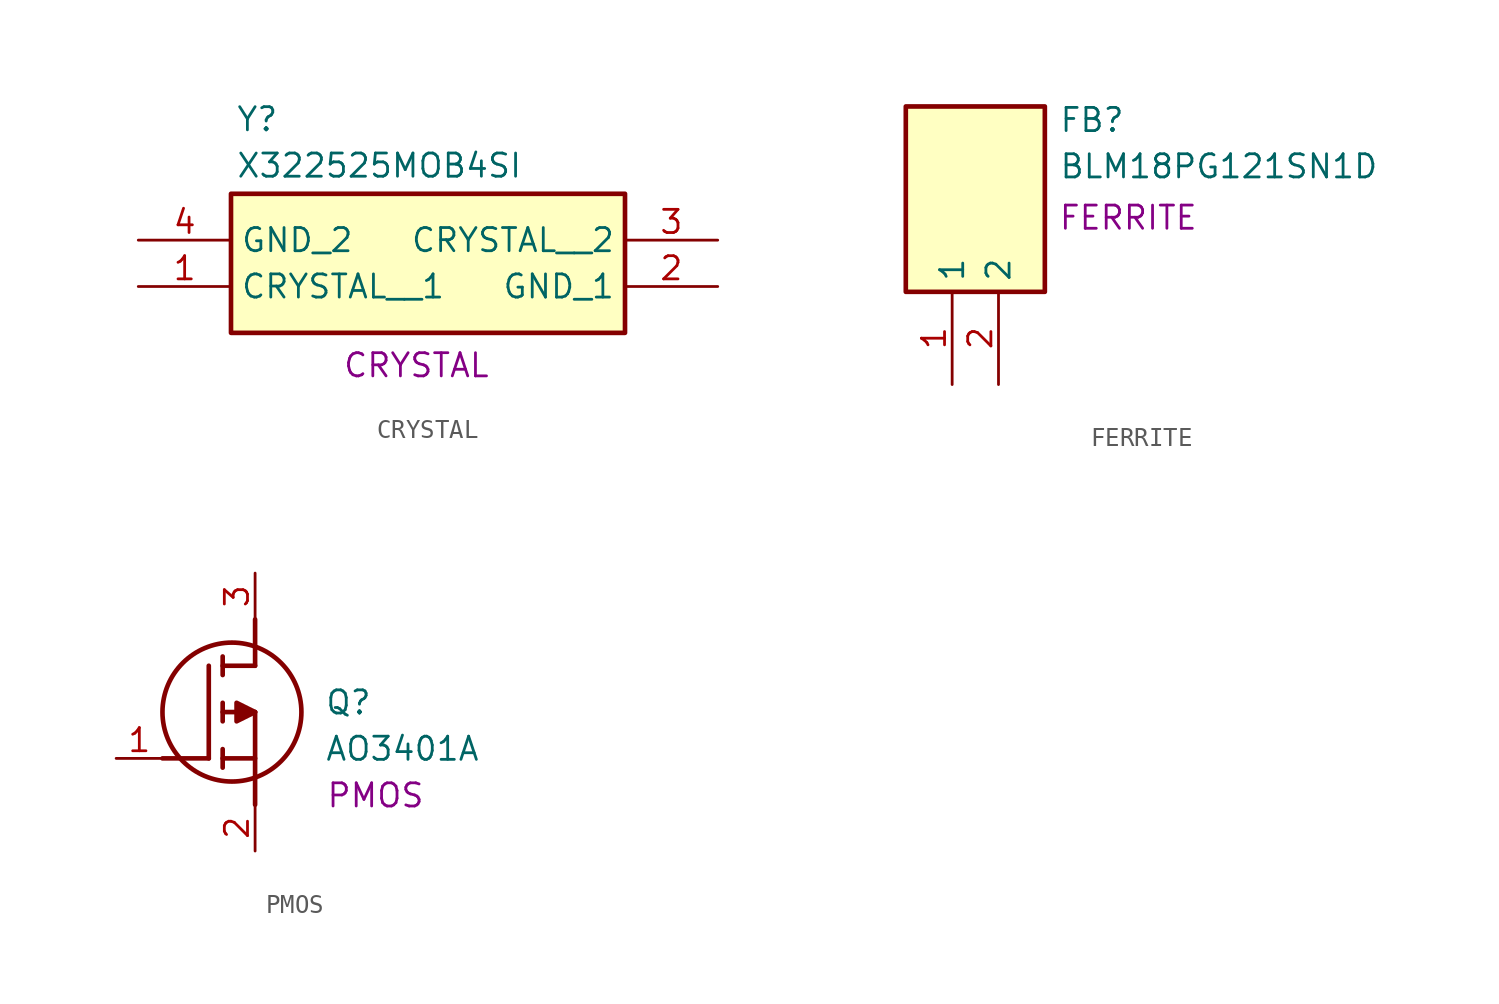
<source format=kicad_sym>
(kicad_symbol_lib
  (version 20241209)
  (generator "kicad_symbol_editor")
  (generator_version "9.0")
  (symbol "CRYSTAL"
    (property "Reference" "Y"
      (at -9.906 8.636 0)
      (effects (font (size 1.27 1.27)) (justify left top)))
    (property "Value" "X322525MOB4SI"
      (at -9.906 6.096 0)
      (effects (font (size 1.27 1.27)) (justify left top)))
    (property "Name" "CRYSTAL"
      (at 0 -5.588 0)
      (effects (font (size 1.27 1.27))))
    (symbol "CRYSTAL_1_1"
      (rectangle (start -10.16 3.81) (end 11.43 -3.81) (stroke (width 0.254) (type default)) (fill (type background)))
      (pin passive line (at -15.24 1.27 0) (length 5.08) (name "GND_2" (effects (font (size 1.27 1.27)))) (number "4" (effects (font (size 1.27 1.27)))))
      (pin passive line (at -15.24 -1.27 0) (length 5.08) (name "CRYSTAL__1" (effects (font (size 1.27 1.27)))) (number "1" (effects (font (size 1.27 1.27)))))
      (pin passive line (at 16.51 1.27 180) (length 5.08) (name "CRYSTAL__2" (effects (font (size 1.27 1.27)))) (number "3" (effects (font (size 1.27 1.27)))))
      (pin passive line (at 16.51 -1.27 180) (length 5.08) (name "GND_1" (effects (font (size 1.27 1.27)))) (number "2" (effects (font (size 1.27 1.27)))))))
  (symbol "FERRITE"
    (property "Reference" "FB"
      (at 4.572 10.16 0)
      (effects (font (size 1.27 1.27)) (justify left top)))
    (property "Value" "BLM18PG121SN1D"
      (at 4.572 7.62 0)
      (effects (font (size 1.27 1.27)) (justify left top)))
    (property "Name" "FERRITE"
      (at 8.382 4.064 0)
      (effects (font (size 1.27 1.27))))
    (symbol "FERRITE_1_1"
      (rectangle (start -3.81 10.16) (end 3.81 0) (stroke (width 0.254) (type default)) (fill (type background)))
      (pin passive line (at -1.27 -5.08 90) (length 5.08) (name "1" (effects (font (size 1.27 1.27)))) (number "1" (effects (font (size 1.27 1.27)))))
      (pin passive line (at 1.27 -5.08 90) (length 5.08) (name "2" (effects (font (size 1.27 1.27)))) (number "2" (effects (font (size 1.27 1.27)))))))
  (symbol "PMOS"
    (pin_names
      (hide yes))
    (property "Reference" "Q"
      (at 11.43 3.81 0)
      (effects (font (size 1.27 1.27)) (justify left top)))
    (property "Value" "AO3401A"
      (at 11.43 1.27 0)
      (effects (font (size 1.27 1.27)) (justify left top)))
    (property "Name" "PMOS"
      (at 14.224 -2.032 0)
      (effects (font (size 1.27 1.27))))
    (symbol "PMOS_1_1"
      (polyline (pts (xy 2.54 0) (xy 5.08 0)) (stroke (width 0.254) (type default)) (fill (type none)))
      (polyline (pts (xy 5.08 5.08) (xy 5.08 0)) (stroke (width 0.254) (type default)) (fill (type none)))
      (polyline (pts (xy 5.842 5.588) (xy 5.842 4.572)) (stroke (width 0.254) (type default)) (fill (type none)))
      (polyline (pts (xy 5.842 2.032) (xy 5.842 3.048)) (stroke (width 0.254) (type default)) (fill (type none)))
      (polyline (pts (xy 5.842 0) (xy 7.62 0)) (stroke (width 0.254) (type default)) (fill (type none)))
      (polyline (pts (xy 5.842 -0.508) (xy 5.842 0.508)) (stroke (width 0.254) (type default)) (fill (type none)))
      (circle (center 6.35 2.54) (radius 3.81) (stroke (width 0.254) (type default)) (fill (type none)))
      (polyline (pts (xy 7.62 5.08) (xy 5.842 5.08)) (stroke (width 0.254) (type default)) (fill (type none)))
      (polyline (pts (xy 7.62 5.08) (xy 7.62 7.62)) (stroke (width 0.254) (type default)) (fill (type none)))
      (polyline (pts (xy 7.62 2.54) (xy 5.842 2.54)) (stroke (width 0.254) (type default)) (fill (type none)))
      (polyline (pts (xy 7.62 2.54) (xy 7.62 -2.54)) (stroke (width 0.254) (type default)) (fill (type none)))
      (polyline (pts (xy 7.62 2.54) (xy 6.604 3.048) (xy 6.604 2.032) (xy 7.62 2.54)) (stroke (width 0.254) (type default)) (fill (type outline)))
      (pin passive line (at 0 0 0) (length 2.54) (name "G" (effects (font (size 1.27 1.27)))) (number "1" (effects (font (size 1.27 1.27)))))
      (pin passive line (at 7.62 10.16 270) (length 2.54) (name "D" (effects (font (size 1.27 1.27)))) (number "3" (effects (font (size 1.27 1.27)))))
      (pin passive line (at 7.62 -5.08 90) (length 2.54) (name "S" (effects (font (size 1.27 1.27)))) (number "2" (effects (font (size 1.27 1.27))))))))
</source>
